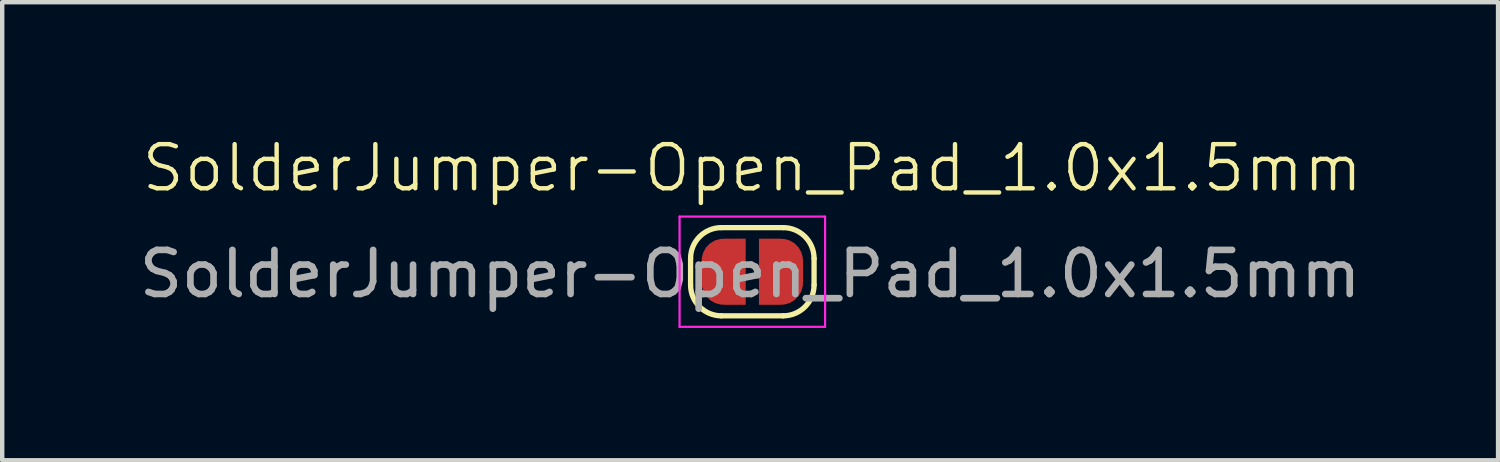
<source format=kicad_pcb>
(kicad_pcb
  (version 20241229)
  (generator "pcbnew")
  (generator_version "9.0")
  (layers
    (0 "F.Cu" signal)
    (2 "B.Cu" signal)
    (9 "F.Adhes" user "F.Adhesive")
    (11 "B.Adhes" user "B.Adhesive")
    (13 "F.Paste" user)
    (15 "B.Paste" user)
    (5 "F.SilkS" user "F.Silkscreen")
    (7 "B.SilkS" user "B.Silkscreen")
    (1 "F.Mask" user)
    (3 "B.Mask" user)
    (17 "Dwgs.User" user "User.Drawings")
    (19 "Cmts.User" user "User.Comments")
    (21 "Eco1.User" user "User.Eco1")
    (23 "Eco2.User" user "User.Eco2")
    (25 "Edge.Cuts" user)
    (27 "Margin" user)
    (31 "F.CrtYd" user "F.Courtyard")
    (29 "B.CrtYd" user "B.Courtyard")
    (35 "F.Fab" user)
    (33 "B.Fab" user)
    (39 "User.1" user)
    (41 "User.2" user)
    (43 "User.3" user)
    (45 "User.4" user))
  (footprint "SolderJumper-Open_Pad_1.0x1.5mm"
    (layer "F.Cu")
    (at 14.058 3.061)
    (property "Reference" "SolderJumper-Open_Pad_1.0x1.5mm" (at -0.05 -2.3 0) (unlocked yes) (layer "F.SilkS") (effects (font (size 1 1) (thickness 0.1))))
    (attr smd)
    (fp_rect (start -0.2 -0.7) (end 0.1 0.8) (stroke (width 0) (type default)) (fill yes) (layer "F.Mask"))
    (fp_line (start -1.45 0.35) (end -1.45 -0.25) (stroke (width 0.12) (type solid)) (layer "F.SilkS"))
    (fp_line (start -0.75 -0.95) (end 0.65 -0.95) (stroke (width 0.12) (type solid)) (layer "F.SilkS"))
    (fp_line (start 0.65 1.05) (end -0.75 1.05) (stroke (width 0.12) (type solid)) (layer "F.SilkS"))
    (fp_line (start 1.35 -0.25) (end 1.35 0.35) (stroke (width 0.12) (type solid)) (layer "F.SilkS"))
    (fp_arc (start -1.45 -0.25) (mid -1.244975 -0.744975) (end -0.75 -0.95) (stroke (width 0.12) (type solid)) (layer "F.SilkS"))
    (fp_arc (start -0.75 1.05) (mid -1.244975 0.844975) (end -1.45 0.35) (stroke (width 0.12) (type solid)) (layer "F.SilkS"))
    (fp_arc (start 0.65 -0.95) (mid 1.144975 -0.744975) (end 1.35 -0.25) (stroke (width 0.12) (type solid)) (layer "F.SilkS"))
    (fp_arc (start 1.35 0.35) (mid 1.144975 0.844975) (end 0.65 1.05) (stroke (width 0.12) (type solid)) (layer "F.SilkS"))
    (fp_line (start -1.7 -1.2) (end -1.7 1.3) (stroke (width 0.05) (type solid)) (layer "F.CrtYd"))
    (fp_line (start -1.7 -1.2) (end 1.6 -1.2) (stroke (width 0.05) (type solid)) (layer "F.CrtYd"))
    (fp_line (start 1.6 1.3) (end -1.7 1.3) (stroke (width 0.05) (type solid)) (layer "F.CrtYd"))
    (fp_line (start 1.6 1.3) (end 1.6 -1.2) (stroke (width 0.05) (type solid)) (layer "F.CrtYd"))
    (fp_text user "${REFERENCE}" (at -0.1 0.1 0) (unlocked yes) (layer "F.Fab") (effects (font (size 1 1) (thickness 0.15))))
    (pad "1" smd custom (at -0.7 0.05) (size 1 0.5) (layers "F.Cu" "F.Mask") (options (anchor rect)) (primitives (gr_circle (center 0 0.25) (end 0.5 0.25) (width 0) (fill yes)) (gr_circle (center 0 -0.25) (end 0.5 -0.25) (width 0) (fill yes)) (gr_poly (pts (xy 0.5 0.75) (xy 0 0.75) (xy 0 -0.75) (xy 0.5 -0.75)) (width 0) (fill yes))))
    (pad "2" smd custom (at 0.6 0.05) (size 1 0.5) (layers "F.Cu" "F.Mask") (options (anchor rect)) (primitives (gr_circle (center 0 0.25) (end 0.5 0.25) (width 0) (fill yes)) (gr_circle (center 0 -0.25) (end 0.5 -0.25) (width 0) (fill yes)) (gr_poly (pts (xy 0 0.75) (xy -0.5 0.75) (xy -0.5 -0.75) (xy 0 -0.75)) (width 0) (fill yes)))))
  (gr_rect
    (start -3 -3)
    (end 30.917 7.386)
    (stroke (width 0.1) (type default))
    (fill no)
    (layer "Edge.Cuts")))
</source>
